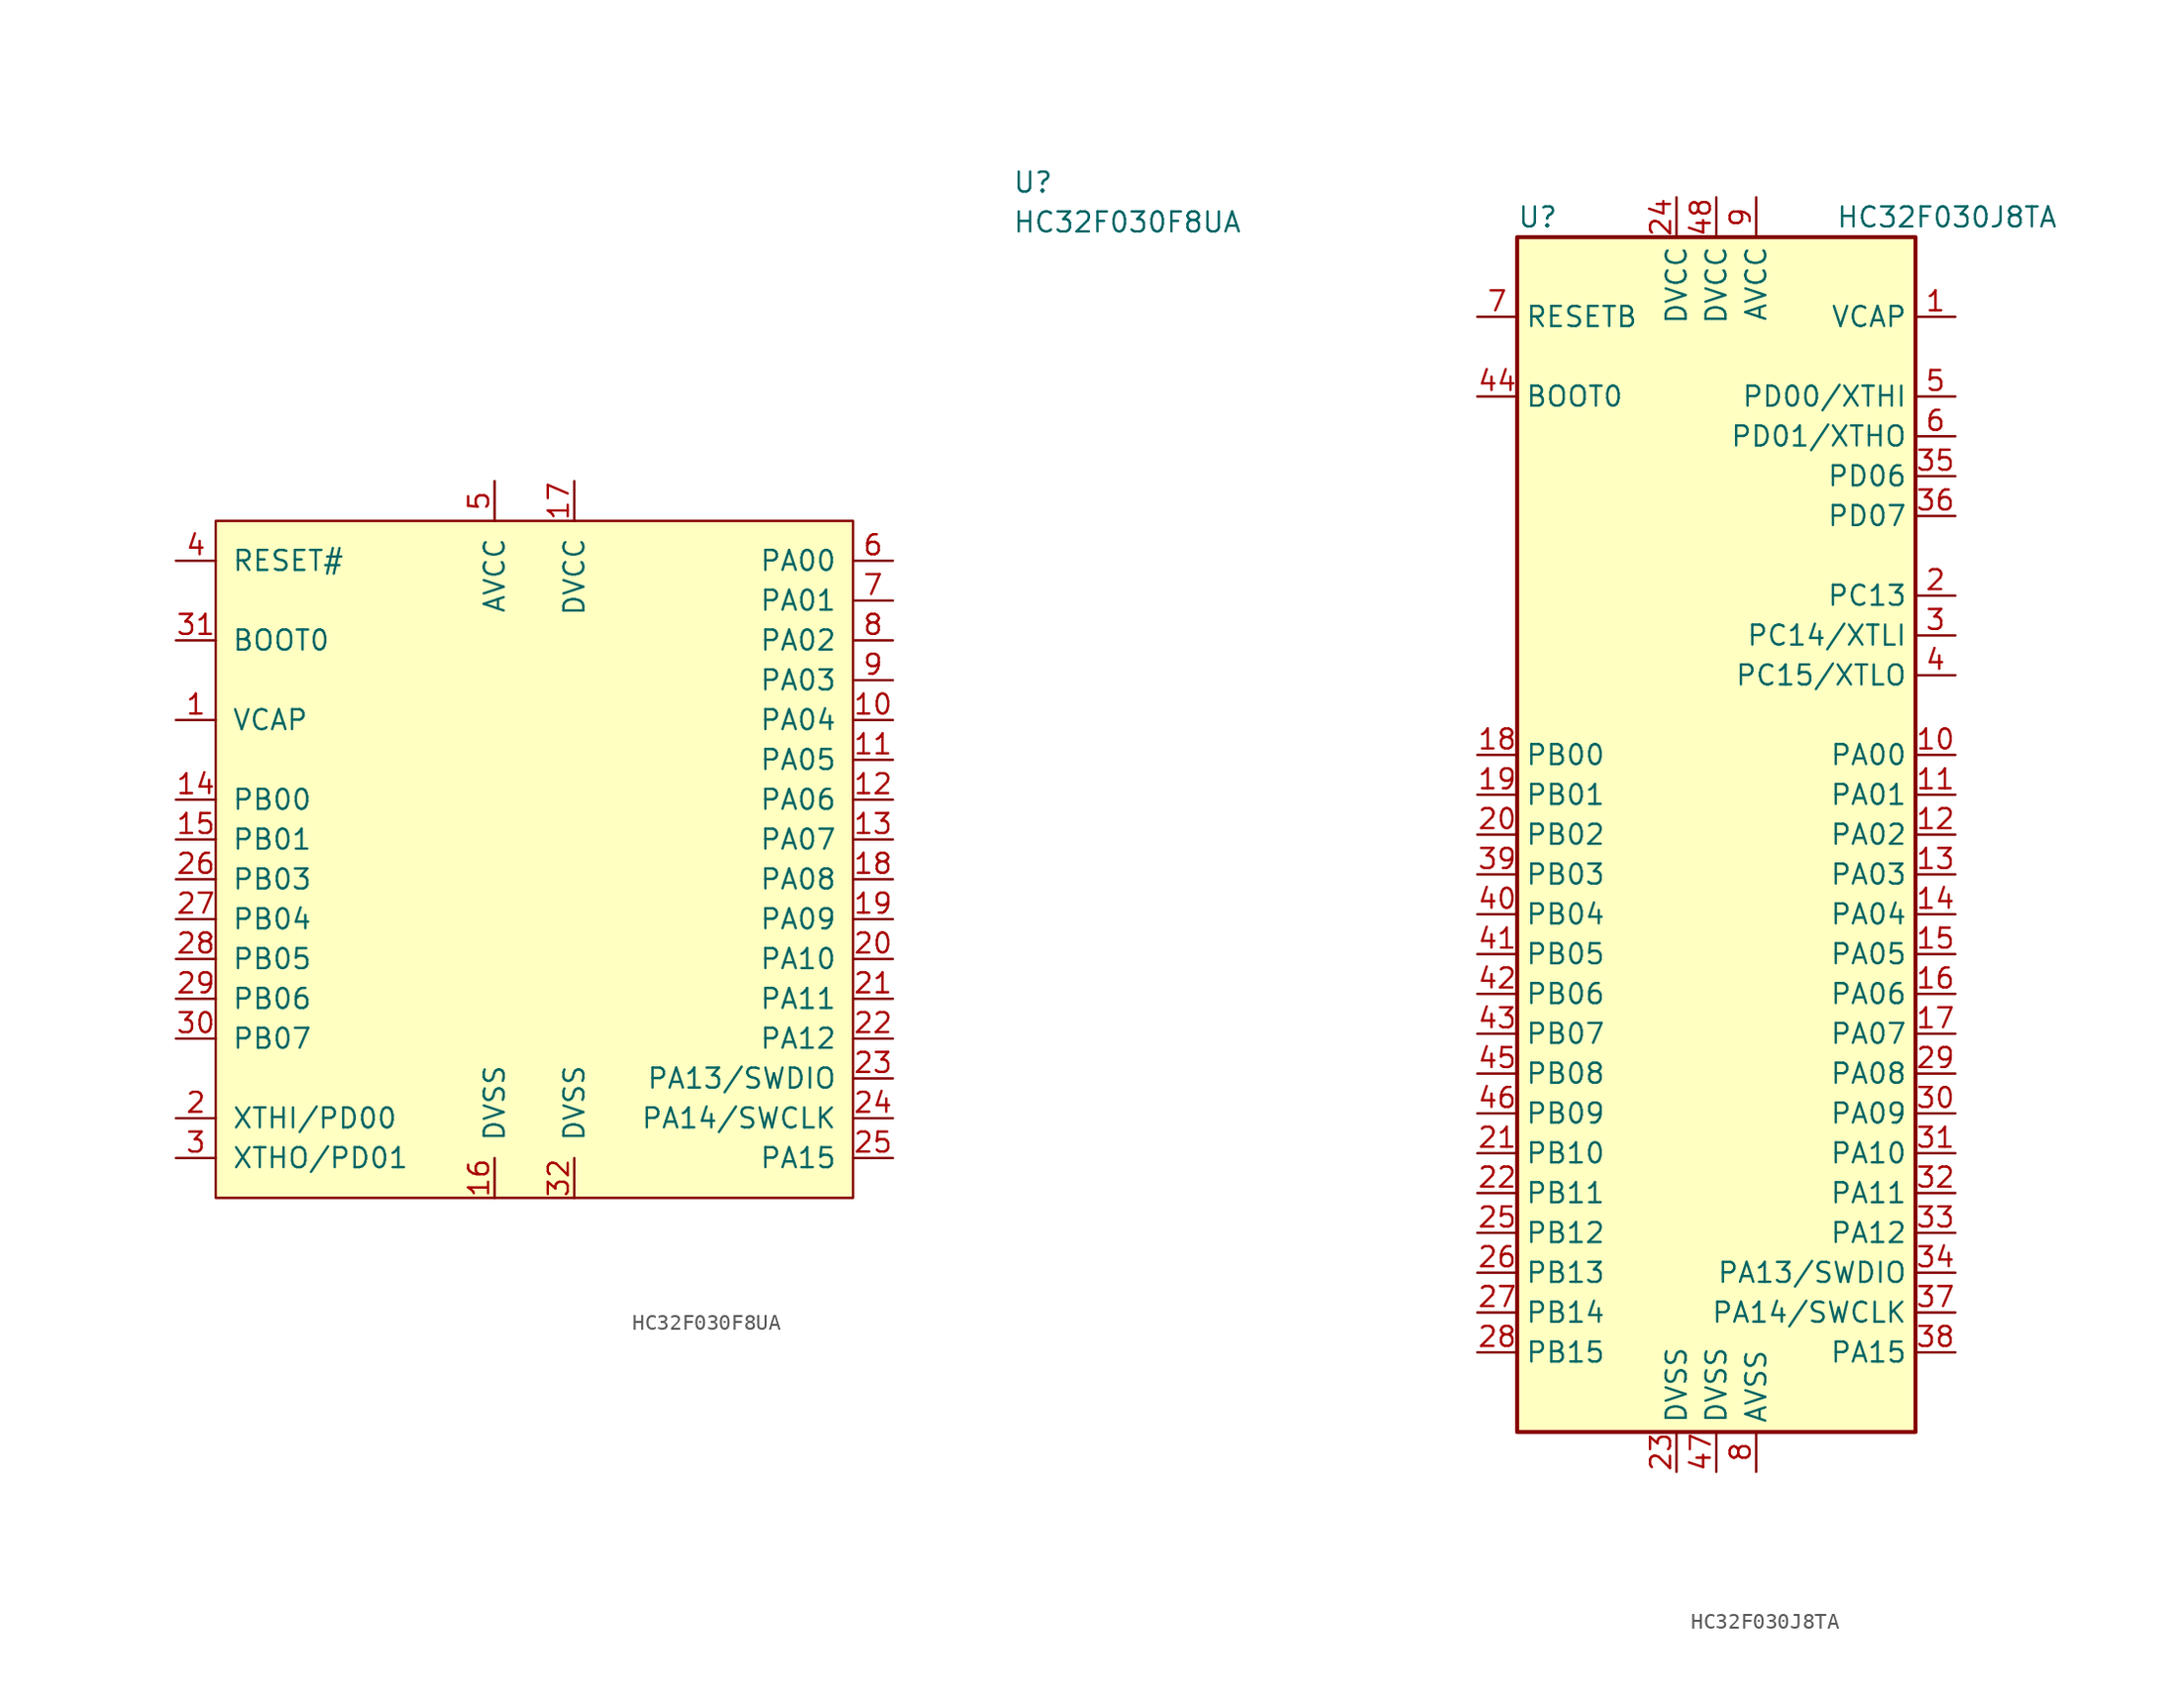
<source format=kicad_sym>
(kicad_symbol_lib
  (version 20211014)
  (generator kicad_symbol_editor)
  (symbol "HC32F030F8UA"
    (pin_names
      (offset 1.016))
    (property "Reference" "U"
      (at 30.48 41.91 0)
      (effects (font (size 1.27 1.27)) (justify left)))
    (property "Value" "HC32F030F8UA"
      (at 30.48 39.37 0)
      (effects (font (size 1.27 1.27)) (justify left)))
    (symbol "HC32F030F8UA_0_1"
      (rectangle (start -20.32 20.32) (end 20.32 -22.86) (stroke (width 0) (type default) (color 0 0 0 0)) (fill (type background))))
    (symbol "HC32F030F8UA_1_1"
      (pin output line (at -22.86 7.62 0) (length 2.54) (name "VCAP" (effects (font (size 1.27 1.27)))) (number "1" (effects (font (size 1.27 1.27)))))
      (pin bidirectional line (at 22.86 7.62 180) (length 2.54) (name "PA04" (effects (font (size 1.27 1.27)))) (number "10" (effects (font (size 1.27 1.27)))))
      (pin bidirectional line (at 22.86 5.08 180) (length 2.54) (name "PA05" (effects (font (size 1.27 1.27)))) (number "11" (effects (font (size 1.27 1.27)))))
      (pin bidirectional line (at 22.86 2.54 180) (length 2.54) (name "PA06" (effects (font (size 1.27 1.27)))) (number "12" (effects (font (size 1.27 1.27)))))
      (pin bidirectional line (at 22.86 0 180) (length 2.54) (name "PA07" (effects (font (size 1.27 1.27)))) (number "13" (effects (font (size 1.27 1.27)))))
      (pin bidirectional line (at -22.86 2.54 0) (length 2.54) (name "PB00" (effects (font (size 1.27 1.27)))) (number "14" (effects (font (size 1.27 1.27)))))
      (pin bidirectional line (at -22.86 0 0) (length 2.54) (name "PB01" (effects (font (size 1.27 1.27)))) (number "15" (effects (font (size 1.27 1.27)))))
      (pin power_in line (at -2.54 -22.86 90) (length 2.54) (name "DVSS" (effects (font (size 1.27 1.27)))) (number "16" (effects (font (size 1.27 1.27)))))
      (pin power_in line (at 2.54 22.86 270) (length 2.54) (name "DVCC" (effects (font (size 1.27 1.27)))) (number "17" (effects (font (size 1.27 1.27)))))
      (pin bidirectional line (at 22.86 -2.54 180) (length 2.54) (name "PA08" (effects (font (size 1.27 1.27)))) (number "18" (effects (font (size 1.27 1.27)))))
      (pin bidirectional line (at 22.86 -5.08 180) (length 2.54) (name "PA09" (effects (font (size 1.27 1.27)))) (number "19" (effects (font (size 1.27 1.27)))))
      (pin bidirectional line (at -22.86 -17.78 0) (length 2.54) (name "XTHI/PD00" (effects (font (size 1.27 1.27)))) (number "2" (effects (font (size 1.27 1.27)))))
      (pin bidirectional line (at 22.86 -7.62 180) (length 2.54) (name "PA10" (effects (font (size 1.27 1.27)))) (number "20" (effects (font (size 1.27 1.27)))))
      (pin bidirectional line (at 22.86 -10.16 180) (length 2.54) (name "PA11" (effects (font (size 1.27 1.27)))) (number "21" (effects (font (size 1.27 1.27)))))
      (pin bidirectional line (at 22.86 -12.7 180) (length 2.54) (name "PA12" (effects (font (size 1.27 1.27)))) (number "22" (effects (font (size 1.27 1.27)))))
      (pin output line (at 22.86 -15.24 180) (length 2.54) (name "PA13/SWDIO" (effects (font (size 1.27 1.27)))) (number "23" (effects (font (size 1.27 1.27)))))
      (pin bidirectional line (at 22.86 -17.78 180) (length 2.54) (name "PA14/SWCLK" (effects (font (size 1.27 1.27)))) (number "24" (effects (font (size 1.27 1.27)))))
      (pin bidirectional line (at 22.86 -20.32 180) (length 2.54) (name "PA15" (effects (font (size 1.27 1.27)))) (number "25" (effects (font (size 1.27 1.27)))))
      (pin bidirectional line (at -22.86 -2.54 0) (length 2.54) (name "PB03" (effects (font (size 1.27 1.27)))) (number "26" (effects (font (size 1.27 1.27)))))
      (pin bidirectional line (at -22.86 -5.08 0) (length 2.54) (name "PB04" (effects (font (size 1.27 1.27)))) (number "27" (effects (font (size 1.27 1.27)))))
      (pin bidirectional line (at -22.86 -7.62 0) (length 2.54) (name "PB05" (effects (font (size 1.27 1.27)))) (number "28" (effects (font (size 1.27 1.27)))))
      (pin bidirectional line (at -22.86 -10.16 0) (length 2.54) (name "PB06" (effects (font (size 1.27 1.27)))) (number "29" (effects (font (size 1.27 1.27)))))
      (pin bidirectional line (at -22.86 -20.32 0) (length 2.54) (name "XTHO/PD01" (effects (font (size 1.27 1.27)))) (number "3" (effects (font (size 1.27 1.27)))))
      (pin bidirectional line (at -22.86 -12.7 0) (length 2.54) (name "PB07" (effects (font (size 1.27 1.27)))) (number "30" (effects (font (size 1.27 1.27)))))
      (pin input line (at -22.86 12.7 0) (length 2.54) (name "BOOT0" (effects (font (size 1.27 1.27)))) (number "31" (effects (font (size 1.27 1.27)))))
      (pin power_in line (at 2.54 -22.86 90) (length 2.54) (name "DVSS" (effects (font (size 1.27 1.27)))) (number "32" (effects (font (size 1.27 1.27)))))
      (pin power_in line (at 0 -22.86 90) (length 2.54) hide (name "DVSS" (effects (font (size 1.27 1.27)))) (number "33" (effects (font (size 1.27 1.27)))))
      (pin input line (at -22.86 17.78 0) (length 2.54) (name "RESET#" (effects (font (size 1.27 1.27)))) (number "4" (effects (font (size 1.27 1.27)))))
      (pin power_in line (at -2.54 22.86 270) (length 2.54) (name "AVCC" (effects (font (size 1.27 1.27)))) (number "5" (effects (font (size 1.27 1.27)))))
      (pin bidirectional line (at 22.86 17.78 180) (length 2.54) (name "PA00" (effects (font (size 1.27 1.27)))) (number "6" (effects (font (size 1.27 1.27)))))
      (pin bidirectional line (at 22.86 15.24 180) (length 2.54) (name "PA01" (effects (font (size 1.27 1.27)))) (number "7" (effects (font (size 1.27 1.27)))))
      (pin bidirectional line (at 22.86 12.7 180) (length 2.54) (name "PA02" (effects (font (size 1.27 1.27)))) (number "8" (effects (font (size 1.27 1.27)))))
      (pin bidirectional line (at 22.86 10.16 180) (length 2.54) (name "PA03" (effects (font (size 1.27 1.27)))) (number "9" (effects (font (size 1.27 1.27)))))))
  (symbol "HC32F030J8TA"
    (property "Reference" "U"
      (at -12.7 39.37 0)
      (effects (font (size 1.27 1.27)) (justify left)))
    (property "Value" "HC32F030J8TA"
      (at 7.62 39.37 0)
      (effects (font (size 1.27 1.27)) (justify left)))
    (symbol "HC32F030J8TA_0_1"
      (rectangle (start -12.7 -38.1) (end 12.7 38.1) (stroke (width 0.254) (type default) (color 0 0 0 0)) (fill (type background))))
    (symbol "HC32F030J8TA_1_1"
      (pin output line (at 15.24 33.02 180) (length 2.54) (name "VCAP" (effects (font (size 1.27 1.27)))) (number "1" (effects (font (size 1.27 1.27)))))
      (pin bidirectional line (at 15.24 5.08 180) (length 2.54) (name "PA00" (effects (font (size 1.27 1.27)))) (number "10" (effects (font (size 1.27 1.27)))))
      (pin bidirectional line (at 15.24 2.54 180) (length 2.54) (name "PA01" (effects (font (size 1.27 1.27)))) (number "11" (effects (font (size 1.27 1.27)))))
      (pin bidirectional line (at 15.24 0 180) (length 2.54) (name "PA02" (effects (font (size 1.27 1.27)))) (number "12" (effects (font (size 1.27 1.27)))))
      (pin bidirectional line (at 15.24 -2.54 180) (length 2.54) (name "PA03" (effects (font (size 1.27 1.27)))) (number "13" (effects (font (size 1.27 1.27)))))
      (pin bidirectional line (at 15.24 -5.08 180) (length 2.54) (name "PA04" (effects (font (size 1.27 1.27)))) (number "14" (effects (font (size 1.27 1.27)))))
      (pin bidirectional line (at 15.24 -7.62 180) (length 2.54) (name "PA05" (effects (font (size 1.27 1.27)))) (number "15" (effects (font (size 1.27 1.27)))))
      (pin bidirectional line (at 15.24 -10.16 180) (length 2.54) (name "PA06" (effects (font (size 1.27 1.27)))) (number "16" (effects (font (size 1.27 1.27)))))
      (pin bidirectional line (at 15.24 -12.7 180) (length 2.54) (name "PA07" (effects (font (size 1.27 1.27)))) (number "17" (effects (font (size 1.27 1.27)))))
      (pin bidirectional line (at -15.24 5.08 0) (length 2.54) (name "PB00" (effects (font (size 1.27 1.27)))) (number "18" (effects (font (size 1.27 1.27)))))
      (pin bidirectional line (at -15.24 2.54 0) (length 2.54) (name "PB01" (effects (font (size 1.27 1.27)))) (number "19" (effects (font (size 1.27 1.27)))))
      (pin bidirectional line (at 15.24 15.24 180) (length 2.54) (name "PC13" (effects (font (size 1.27 1.27)))) (number "2" (effects (font (size 1.27 1.27)))))
      (pin bidirectional line (at -15.24 0 0) (length 2.54) (name "PB02" (effects (font (size 1.27 1.27)))) (number "20" (effects (font (size 1.27 1.27)))))
      (pin bidirectional line (at -15.24 -20.32 0) (length 2.54) (name "PB10" (effects (font (size 1.27 1.27)))) (number "21" (effects (font (size 1.27 1.27)))))
      (pin bidirectional line (at -15.24 -22.86 0) (length 2.54) (name "PB11" (effects (font (size 1.27 1.27)))) (number "22" (effects (font (size 1.27 1.27)))))
      (pin power_in line (at -2.54 -40.64 90) (length 2.54) (name "DVSS" (effects (font (size 1.27 1.27)))) (number "23" (effects (font (size 1.27 1.27)))))
      (pin power_in line (at -2.54 40.64 270) (length 2.54) (name "DVCC" (effects (font (size 1.27 1.27)))) (number "24" (effects (font (size 1.27 1.27)))))
      (pin bidirectional line (at -15.24 -25.4 0) (length 2.54) (name "PB12" (effects (font (size 1.27 1.27)))) (number "25" (effects (font (size 1.27 1.27)))))
      (pin bidirectional line (at -15.24 -27.94 0) (length 2.54) (name "PB13" (effects (font (size 1.27 1.27)))) (number "26" (effects (font (size 1.27 1.27)))))
      (pin bidirectional line (at -15.24 -30.48 0) (length 2.54) (name "PB14" (effects (font (size 1.27 1.27)))) (number "27" (effects (font (size 1.27 1.27)))))
      (pin bidirectional line (at -15.24 -33.02 0) (length 2.54) (name "PB15" (effects (font (size 1.27 1.27)))) (number "28" (effects (font (size 1.27 1.27)))))
      (pin bidirectional line (at 15.24 -15.24 180) (length 2.54) (name "PA08" (effects (font (size 1.27 1.27)))) (number "29" (effects (font (size 1.27 1.27)))))
      (pin bidirectional line (at 15.24 12.7 180) (length 2.54) (name "PC14/XTLI" (effects (font (size 1.27 1.27)))) (number "3" (effects (font (size 1.27 1.27)))))
      (pin bidirectional line (at 15.24 -17.78 180) (length 2.54) (name "PA09" (effects (font (size 1.27 1.27)))) (number "30" (effects (font (size 1.27 1.27)))))
      (pin bidirectional line (at 15.24 -20.32 180) (length 2.54) (name "PA10" (effects (font (size 1.27 1.27)))) (number "31" (effects (font (size 1.27 1.27)))))
      (pin bidirectional line (at 15.24 -22.86 180) (length 2.54) (name "PA11" (effects (font (size 1.27 1.27)))) (number "32" (effects (font (size 1.27 1.27)))))
      (pin bidirectional line (at 15.24 -25.4 180) (length 2.54) (name "PA12" (effects (font (size 1.27 1.27)))) (number "33" (effects (font (size 1.27 1.27)))))
      (pin bidirectional line (at 15.24 -27.94 180) (length 2.54) (name "PA13/SWDIO" (effects (font (size 1.27 1.27)))) (number "34" (effects (font (size 1.27 1.27)))))
      (pin bidirectional line (at 15.24 22.86 180) (length 2.54) (name "PD06" (effects (font (size 1.27 1.27)))) (number "35" (effects (font (size 1.27 1.27)))))
      (pin bidirectional line (at 15.24 20.32 180) (length 2.54) (name "PD07" (effects (font (size 1.27 1.27)))) (number "36" (effects (font (size 1.27 1.27)))))
      (pin bidirectional line (at 15.24 -30.48 180) (length 2.54) (name "PA14/SWCLK" (effects (font (size 1.27 1.27)))) (number "37" (effects (font (size 1.27 1.27)))))
      (pin bidirectional line (at 15.24 -33.02 180) (length 2.54) (name "PA15" (effects (font (size 1.27 1.27)))) (number "38" (effects (font (size 1.27 1.27)))))
      (pin bidirectional line (at -15.24 -2.54 0) (length 2.54) (name "PB03" (effects (font (size 1.27 1.27)))) (number "39" (effects (font (size 1.27 1.27)))))
      (pin bidirectional line (at 15.24 10.16 180) (length 2.54) (name "PC15/XTLO" (effects (font (size 1.27 1.27)))) (number "4" (effects (font (size 1.27 1.27)))))
      (pin bidirectional line (at -15.24 -5.08 0) (length 2.54) (name "PB04" (effects (font (size 1.27 1.27)))) (number "40" (effects (font (size 1.27 1.27)))))
      (pin bidirectional line (at -15.24 -7.62 0) (length 2.54) (name "PB05" (effects (font (size 1.27 1.27)))) (number "41" (effects (font (size 1.27 1.27)))))
      (pin bidirectional line (at -15.24 -10.16 0) (length 2.54) (name "PB06" (effects (font (size 1.27 1.27)))) (number "42" (effects (font (size 1.27 1.27)))))
      (pin bidirectional line (at -15.24 -12.7 0) (length 2.54) (name "PB07" (effects (font (size 1.27 1.27)))) (number "43" (effects (font (size 1.27 1.27)))))
      (pin input line (at -15.24 27.94 0) (length 2.54) (name "BOOT0" (effects (font (size 1.27 1.27)))) (number "44" (effects (font (size 1.27 1.27)))))
      (pin bidirectional line (at -15.24 -15.24 0) (length 2.54) (name "PB08" (effects (font (size 1.27 1.27)))) (number "45" (effects (font (size 1.27 1.27)))))
      (pin bidirectional line (at -15.24 -17.78 0) (length 2.54) (name "PB09" (effects (font (size 1.27 1.27)))) (number "46" (effects (font (size 1.27 1.27)))))
      (pin power_in line (at 0 -40.64 90) (length 2.54) (name "DVSS" (effects (font (size 1.27 1.27)))) (number "47" (effects (font (size 1.27 1.27)))))
      (pin power_in line (at 0 40.64 270) (length 2.54) (name "DVCC" (effects (font (size 1.27 1.27)))) (number "48" (effects (font (size 1.27 1.27)))))
      (pin bidirectional line (at 15.24 27.94 180) (length 2.54) (name "PD00/XTHI" (effects (font (size 1.27 1.27)))) (number "5" (effects (font (size 1.27 1.27)))))
      (pin input line (at 15.24 25.4 180) (length 2.54) (name "PD01/XTHO" (effects (font (size 1.27 1.27)))) (number "6" (effects (font (size 1.27 1.27)))))
      (pin input line (at -15.24 33.02 0) (length 2.54) (name "RESETB" (effects (font (size 1.27 1.27)))) (number "7" (effects (font (size 1.27 1.27)))))
      (pin power_in line (at 2.54 -40.64 90) (length 2.54) (name "AVSS" (effects (font (size 1.27 1.27)))) (number "8" (effects (font (size 1.27 1.27)))))
      (pin power_in line (at 2.54 40.64 270) (length 2.54) (name "AVCC" (effects (font (size 1.27 1.27)))) (number "9" (effects (font (size 1.27 1.27))))))))
</source>
